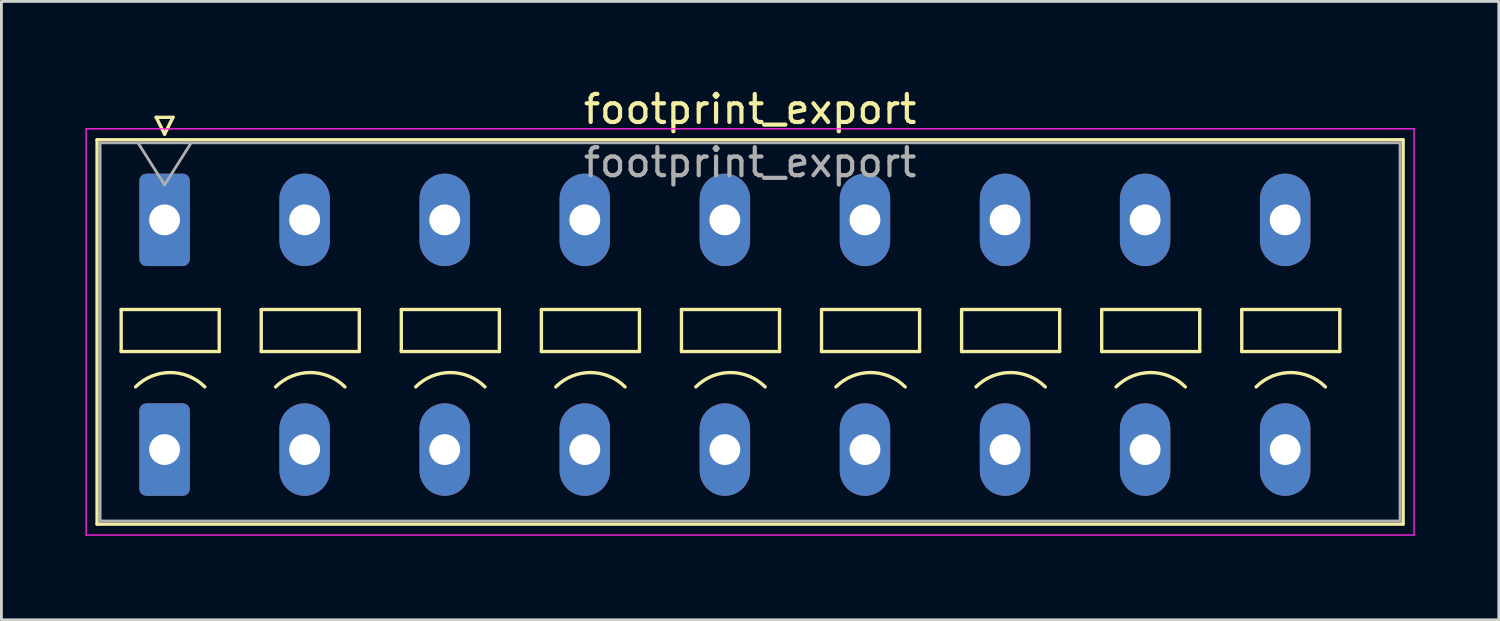
<source format=kicad_pcb>
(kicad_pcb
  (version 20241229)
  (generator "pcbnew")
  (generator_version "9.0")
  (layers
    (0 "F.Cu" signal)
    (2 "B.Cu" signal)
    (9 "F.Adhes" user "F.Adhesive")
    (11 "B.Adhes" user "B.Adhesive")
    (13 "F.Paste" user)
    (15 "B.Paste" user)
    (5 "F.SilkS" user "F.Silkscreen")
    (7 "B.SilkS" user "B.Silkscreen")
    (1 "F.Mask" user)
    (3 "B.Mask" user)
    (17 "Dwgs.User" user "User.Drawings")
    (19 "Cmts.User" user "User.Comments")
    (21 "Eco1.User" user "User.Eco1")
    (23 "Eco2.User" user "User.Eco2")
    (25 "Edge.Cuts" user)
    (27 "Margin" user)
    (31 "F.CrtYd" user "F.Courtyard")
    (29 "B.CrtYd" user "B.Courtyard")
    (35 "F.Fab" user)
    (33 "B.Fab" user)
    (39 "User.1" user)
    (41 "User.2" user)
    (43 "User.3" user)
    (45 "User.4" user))
  (footprint "footprint_export"
    (layer "F.Cu")
    (at 2.825 4.798)
    (property "Reference" "footprint_export" (at 20.9 -3.95 0) (layer "F.SilkS") (effects (font (size 1 1) (thickness 0.15))))
    (attr through_hole)
    (fp_line (start -2.41 -2.86) (end 44.21 -2.86) (stroke (width 0.12) (type solid)) (layer "F.SilkS"))
    (fp_line (start -2.41 10.86) (end -2.41 -2.86) (stroke (width 0.12) (type solid)) (layer "F.SilkS"))
    (fp_line (start -1.55 3.2) (end -1.55 4.7) (stroke (width 0.12) (type solid)) (layer "F.SilkS"))
    (fp_line (start -1.55 4.7) (end 1.95 4.7) (stroke (width 0.12) (type solid)) (layer "F.SilkS"))
    (fp_line (start -0.3 -3.66) (end 0 -3.06) (stroke (width 0.12) (type solid)) (layer "F.SilkS"))
    (fp_line (start -0.3 -3.66) (end 0.3 -3.66) (stroke (width 0.12) (type solid)) (layer "F.SilkS"))
    (fp_line (start 0.3 -3.66) (end 0 -3.06) (stroke (width 0.12) (type solid)) (layer "F.SilkS"))
    (fp_line (start 1.95 3.2) (end -1.55 3.2) (stroke (width 0.12) (type solid)) (layer "F.SilkS"))
    (fp_line (start 1.95 4.7) (end 1.95 3.2) (stroke (width 0.12) (type solid)) (layer "F.SilkS"))
    (fp_line (start 3.45 3.2) (end 3.45 4.7) (stroke (width 0.12) (type solid)) (layer "F.SilkS"))
    (fp_line (start 3.45 4.7) (end 6.95 4.7) (stroke (width 0.12) (type solid)) (layer "F.SilkS"))
    (fp_line (start 6.95 3.2) (end 3.45 3.2) (stroke (width 0.12) (type solid)) (layer "F.SilkS"))
    (fp_line (start 6.95 4.7) (end 6.95 3.2) (stroke (width 0.12) (type solid)) (layer "F.SilkS"))
    (fp_line (start 8.45 3.2) (end 8.45 4.7) (stroke (width 0.12) (type solid)) (layer "F.SilkS"))
    (fp_line (start 8.45 4.7) (end 11.95 4.7) (stroke (width 0.12) (type solid)) (layer "F.SilkS"))
    (fp_line (start 11.95 3.2) (end 8.45 3.2) (stroke (width 0.12) (type solid)) (layer "F.SilkS"))
    (fp_line (start 11.95 4.7) (end 11.95 3.2) (stroke (width 0.12) (type solid)) (layer "F.SilkS"))
    (fp_line (start 13.45 3.2) (end 13.45 4.7) (stroke (width 0.12) (type solid)) (layer "F.SilkS"))
    (fp_line (start 13.45 4.7) (end 16.95 4.7) (stroke (width 0.12) (type solid)) (layer "F.SilkS"))
    (fp_line (start 16.95 3.2) (end 13.45 3.2) (stroke (width 0.12) (type solid)) (layer "F.SilkS"))
    (fp_line (start 16.95 4.7) (end 16.95 3.2) (stroke (width 0.12) (type solid)) (layer "F.SilkS"))
    (fp_line (start 18.45 3.2) (end 18.45 4.7) (stroke (width 0.12) (type solid)) (layer "F.SilkS"))
    (fp_line (start 18.45 4.7) (end 21.95 4.7) (stroke (width 0.12) (type solid)) (layer "F.SilkS"))
    (fp_line (start 21.95 3.2) (end 18.45 3.2) (stroke (width 0.12) (type solid)) (layer "F.SilkS"))
    (fp_line (start 21.95 4.7) (end 21.95 3.2) (stroke (width 0.12) (type solid)) (layer "F.SilkS"))
    (fp_line (start 23.45 3.2) (end 23.45 4.7) (stroke (width 0.12) (type solid)) (layer "F.SilkS"))
    (fp_line (start 23.45 4.7) (end 26.95 4.7) (stroke (width 0.12) (type solid)) (layer "F.SilkS"))
    (fp_line (start 26.95 3.2) (end 23.45 3.2) (stroke (width 0.12) (type solid)) (layer "F.SilkS"))
    (fp_line (start 26.95 4.7) (end 26.95 3.2) (stroke (width 0.12) (type solid)) (layer "F.SilkS"))
    (fp_line (start 28.45 3.2) (end 28.45 4.7) (stroke (width 0.12) (type solid)) (layer "F.SilkS"))
    (fp_line (start 28.45 4.7) (end 31.95 4.7) (stroke (width 0.12) (type solid)) (layer "F.SilkS"))
    (fp_line (start 31.95 3.2) (end 28.45 3.2) (stroke (width 0.12) (type solid)) (layer "F.SilkS"))
    (fp_line (start 31.95 4.7) (end 31.95 3.2) (stroke (width 0.12) (type solid)) (layer "F.SilkS"))
    (fp_line (start 33.45 3.2) (end 33.45 4.7) (stroke (width 0.12) (type solid)) (layer "F.SilkS"))
    (fp_line (start 33.45 4.7) (end 36.95 4.7) (stroke (width 0.12) (type solid)) (layer "F.SilkS"))
    (fp_line (start 36.95 3.2) (end 33.45 3.2) (stroke (width 0.12) (type solid)) (layer "F.SilkS"))
    (fp_line (start 36.95 4.7) (end 36.95 3.2) (stroke (width 0.12) (type solid)) (layer "F.SilkS"))
    (fp_line (start 38.45 3.2) (end 38.45 4.7) (stroke (width 0.12) (type solid)) (layer "F.SilkS"))
    (fp_line (start 38.45 4.7) (end 41.95 4.7) (stroke (width 0.12) (type solid)) (layer "F.SilkS"))
    (fp_line (start 41.95 3.2) (end 38.45 3.2) (stroke (width 0.12) (type solid)) (layer "F.SilkS"))
    (fp_line (start 41.95 4.7) (end 41.95 3.2) (stroke (width 0.12) (type solid)) (layer "F.SilkS"))
    (fp_line (start 44.21 -2.86) (end 44.21 10.86) (stroke (width 0.12) (type solid)) (layer "F.SilkS"))
    (fp_line (start 44.21 10.86) (end -2.41 10.86) (stroke (width 0.12) (type solid)) (layer "F.SilkS"))
    (fp_arc (start -1.037437 5.962563) (mid 0.2 5.45) (end 1.437437 5.962563) (stroke (width 0.12) (type solid)) (layer "F.SilkS"))
    (fp_arc (start 3.962563 5.962563) (mid 5.2 5.45) (end 6.437437 5.962563) (stroke (width 0.12) (type solid)) (layer "F.SilkS"))
    (fp_arc (start 8.962563 5.962563) (mid 10.2 5.45) (end 11.437437 5.962563) (stroke (width 0.12) (type solid)) (layer "F.SilkS"))
    (fp_arc (start 13.962563 5.962563) (mid 15.2 5.45) (end 16.437437 5.962563) (stroke (width 0.12) (type solid)) (layer "F.SilkS"))
    (fp_arc (start 18.962563 5.962563) (mid 20.2 5.45) (end 21.437437 5.962563) (stroke (width 0.12) (type solid)) (layer "F.SilkS"))
    (fp_arc (start 23.962563 5.962563) (mid 25.2 5.45) (end 26.437437 5.962563) (stroke (width 0.12) (type solid)) (layer "F.SilkS"))
    (fp_arc (start 28.962563 5.962563) (mid 30.2 5.45) (end 31.437437 5.962563) (stroke (width 0.12) (type solid)) (layer "F.SilkS"))
    (fp_arc (start 33.962563 5.962563) (mid 35.2 5.45) (end 36.437437 5.962563) (stroke (width 0.12) (type solid)) (layer "F.SilkS"))
    (fp_arc (start 38.962563 5.962563) (mid 40.2 5.45) (end 41.437437 5.962563) (stroke (width 0.12) (type solid)) (layer "F.SilkS"))
    (fp_line (start -2.8 -3.25) (end -2.8 11.25) (stroke (width 0.05) (type solid)) (layer "F.CrtYd"))
    (fp_line (start -2.8 11.25) (end 44.6 11.25) (stroke (width 0.05) (type solid)) (layer "F.CrtYd"))
    (fp_line (start 44.6 -3.25) (end -2.8 -3.25) (stroke (width 0.05) (type solid)) (layer "F.CrtYd"))
    (fp_line (start 44.6 11.25) (end 44.6 -3.25) (stroke (width 0.05) (type solid)) (layer "F.CrtYd"))
    (fp_line (start -2.3 -2.75) (end -2.3 10.75) (stroke (width 0.1) (type solid)) (layer "F.Fab"))
    (fp_line (start -2.3 10.75) (end 44.1 10.75) (stroke (width 0.1) (type solid)) (layer "F.Fab"))
    (fp_line (start -0.95 -2.75) (end 0 -1.25) (stroke (width 0.1) (type solid)) (layer "F.Fab"))
    (fp_line (start 0.95 -2.75) (end 0 -1.25) (stroke (width 0.1) (type solid)) (layer "F.Fab"))
    (fp_line (start 44.1 -2.75) (end -2.3 -2.75) (stroke (width 0.1) (type solid)) (layer "F.Fab"))
    (fp_line (start 44.1 10.75) (end 44.1 -2.75) (stroke (width 0.1) (type solid)) (layer "F.Fab"))
    (fp_text user "${REFERENCE}" (at 20.9 -2.05 0) (layer "F.Fab") (effects (font (size 1 1) (thickness 0.15))))
    (pad "1" thru_hole roundrect (at 0 0) (size 1.8 3.3) (drill 1.1) (layers "*.Cu" "*.Mask") (roundrect_rratio 0.139))
    (pad "1" thru_hole roundrect (at 0 8.2) (size 1.8 3.3) (drill 1.1) (layers "*.Cu" "*.Mask") (roundrect_rratio 0.139))
    (pad "2" thru_hole oval (at 5 0) (size 1.8 3.3) (drill 1.1) (layers "*.Cu" "*.Mask"))
    (pad "2" thru_hole oval (at 5 8.2) (size 1.8 3.3) (drill 1.1) (layers "*.Cu" "*.Mask"))
    (pad "3" thru_hole oval (at 10 0) (size 1.8 3.3) (drill 1.1) (layers "*.Cu" "*.Mask"))
    (pad "3" thru_hole oval (at 10 8.2) (size 1.8 3.3) (drill 1.1) (layers "*.Cu" "*.Mask"))
    (pad "4" thru_hole oval (at 15 0) (size 1.8 3.3) (drill 1.1) (layers "*.Cu" "*.Mask"))
    (pad "4" thru_hole oval (at 15 8.2) (size 1.8 3.3) (drill 1.1) (layers "*.Cu" "*.Mask"))
    (pad "5" thru_hole oval (at 20 0) (size 1.8 3.3) (drill 1.1) (layers "*.Cu" "*.Mask"))
    (pad "5" thru_hole oval (at 20 8.2) (size 1.8 3.3) (drill 1.1) (layers "*.Cu" "*.Mask"))
    (pad "6" thru_hole oval (at 25 0) (size 1.8 3.3) (drill 1.1) (layers "*.Cu" "*.Mask"))
    (pad "6" thru_hole oval (at 25 8.2) (size 1.8 3.3) (drill 1.1) (layers "*.Cu" "*.Mask"))
    (pad "7" thru_hole oval (at 30 0) (size 1.8 3.3) (drill 1.1) (layers "*.Cu" "*.Mask"))
    (pad "7" thru_hole oval (at 30 8.2) (size 1.8 3.3) (drill 1.1) (layers "*.Cu" "*.Mask"))
    (pad "8" thru_hole oval (at 35 0) (size 1.8 3.3) (drill 1.1) (layers "*.Cu" "*.Mask"))
    (pad "8" thru_hole oval (at 35 8.2) (size 1.8 3.3) (drill 1.1) (layers "*.Cu" "*.Mask"))
    (pad "9" thru_hole oval (at 40 0) (size 1.8 3.3) (drill 1.1) (layers "*.Cu" "*.Mask"))
    (pad "9" thru_hole oval (at 40 8.2) (size 1.8 3.3) (drill 1.1) (layers "*.Cu" "*.Mask")))
  (gr_rect
    (start -3 -3)
    (end 50.45 19.073)
    (stroke (width 0.1) (type default))
    (fill no)
    (layer "Edge.Cuts")))
</source>
